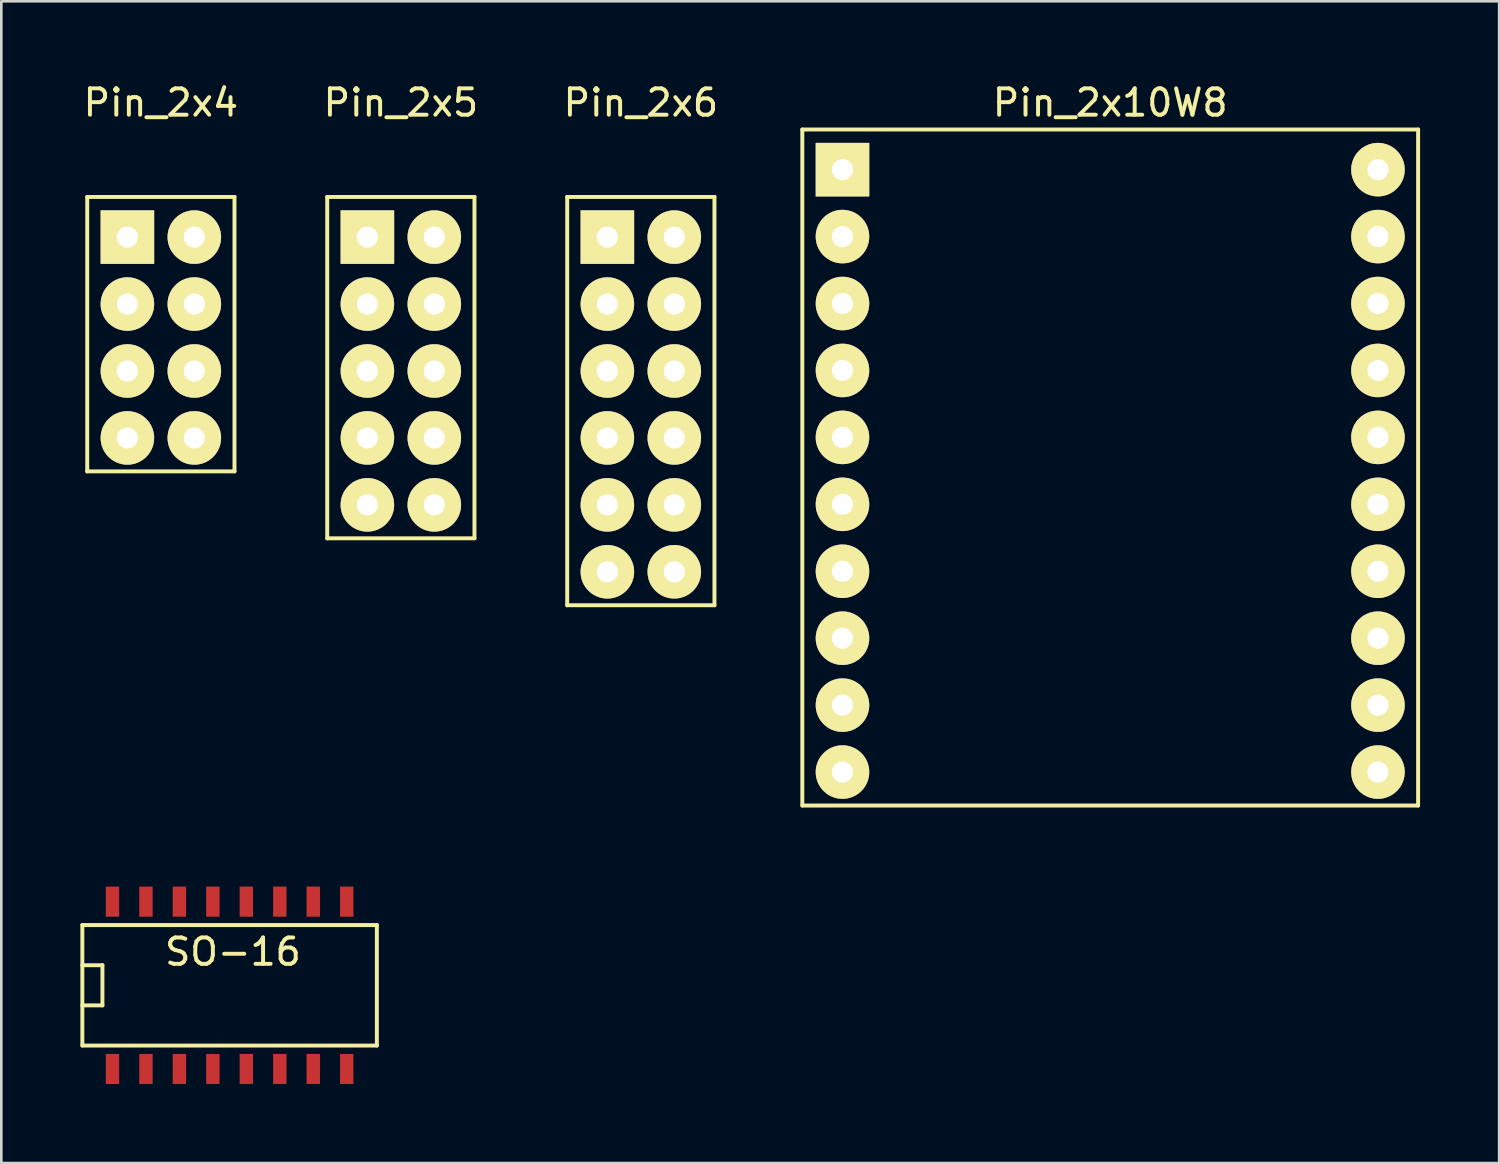
<source format=kicad_pcb>
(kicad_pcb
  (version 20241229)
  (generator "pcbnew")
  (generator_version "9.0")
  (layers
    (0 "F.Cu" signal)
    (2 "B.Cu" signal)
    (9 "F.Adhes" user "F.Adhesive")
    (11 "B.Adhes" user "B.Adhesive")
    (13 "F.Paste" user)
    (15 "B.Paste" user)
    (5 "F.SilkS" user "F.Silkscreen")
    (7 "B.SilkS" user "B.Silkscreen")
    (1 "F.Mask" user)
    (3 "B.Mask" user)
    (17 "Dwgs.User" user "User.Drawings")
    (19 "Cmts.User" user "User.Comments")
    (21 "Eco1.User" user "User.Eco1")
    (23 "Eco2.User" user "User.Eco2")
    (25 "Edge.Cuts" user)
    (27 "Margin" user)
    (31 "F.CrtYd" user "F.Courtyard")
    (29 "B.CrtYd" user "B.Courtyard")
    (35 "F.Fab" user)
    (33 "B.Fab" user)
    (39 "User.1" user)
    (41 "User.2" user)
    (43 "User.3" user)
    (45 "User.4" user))
  (footprint "Pin_2x5"
    (layer "F.Cu")
    (at 12.161 5.948)
    (property "Reference" "Pin_2x5" (at 0 -5.1 0) (layer "F.SilkS") (effects (font (size 1 1) (thickness 0.15))))
    (attr through_hole)
    (fp_line (start -2.794 11.43) (end -2.794 -1.524) (stroke (width 0.15) (type solid)) (layer "F.SilkS"))
    (fp_line (start 2.794 -1.524) (end -2.794 -1.524) (stroke (width 0.15) (type solid)) (layer "F.SilkS"))
    (fp_line (start 2.794 -1.524) (end 2.794 11.43) (stroke (width 0.15) (type solid)) (layer "F.SilkS"))
    (fp_line (start 2.794 11.43) (end -2.794 11.43) (stroke (width 0.15) (type solid)) (layer "F.SilkS"))
    (pad "1" thru_hole rect (at -1.27 0) (size 2.032 2.032) (drill 0.8) (layers "*.Cu" "*.Mask" "F.SilkS"))
    (pad "2" thru_hole circle (at 1.27 0) (size 2.032 2.032) (drill 0.8) (layers "*.Cu" "*.Mask" "F.SilkS"))
    (pad "3" thru_hole oval (at -1.27 2.54) (size 2.032 2.032) (drill 0.8) (layers "*.Cu" "*.Mask" "F.SilkS"))
    (pad "4" thru_hole oval (at 1.27 2.54) (size 2.032 2.032) (drill 0.8) (layers "*.Cu" "*.Mask" "F.SilkS"))
    (pad "5" thru_hole oval (at -1.27 5.08) (size 2.032 2.032) (drill 0.8) (layers "*.Cu" "*.Mask" "F.SilkS"))
    (pad "6" thru_hole oval (at 1.27 5.08) (size 2.032 2.032) (drill 0.8) (layers "*.Cu" "*.Mask" "F.SilkS"))
    (pad "7" thru_hole oval (at -1.27 7.62) (size 2.032 2.032) (drill 0.8) (layers "*.Cu" "*.Mask" "F.SilkS"))
    (pad "8" thru_hole oval (at 1.27 7.62) (size 2.032 2.032) (drill 0.8) (layers "*.Cu" "*.Mask" "F.SilkS"))
    (pad "9" thru_hole oval (at -1.27 10.16) (size 2.032 2.032) (drill 0.8) (layers "*.Cu" "*.Mask" "F.SilkS"))
    (pad "10" thru_hole oval (at 1.27 10.16) (size 2.032 2.032) (drill 0.8) (layers "*.Cu" "*.Mask" "F.SilkS")))
  (footprint "Pin_2x10W8"
    (layer "F.Cu")
    (at 39.08 14.818)
    (property "Reference" "Pin_2x10W8" (at 0 -13.97 0) (layer "F.SilkS") (effects (font (size 1 1) (thickness 0.15))))
    (attr through_hole)
    (fp_line (start -11.684 12.7) (end -11.684 -12.954) (stroke (width 0.15) (type solid)) (layer "F.SilkS"))
    (fp_line (start 11.684 -12.954) (end -11.684 -12.954) (stroke (width 0.15) (type solid)) (layer "F.SilkS"))
    (fp_line (start 11.684 -12.954) (end 11.684 12.7) (stroke (width 0.15) (type solid)) (layer "F.SilkS"))
    (fp_line (start 11.684 12.7) (end -11.684 12.7) (stroke (width 0.15) (type solid)) (layer "F.SilkS"))
    (pad "1" thru_hole rect (at -10.16 -11.43) (size 2.032 2.032) (drill 0.8) (layers "*.Cu" "*.Mask" "F.SilkS"))
    (pad "2" thru_hole oval (at -10.16 -8.89) (size 2.032 2.032) (drill 0.8) (layers "*.Cu" "*.Mask" "F.SilkS"))
    (pad "3" thru_hole oval (at -10.16 -6.35) (size 2.032 2.032) (drill 0.8) (layers "*.Cu" "*.Mask" "F.SilkS"))
    (pad "4" thru_hole oval (at -10.16 -3.81) (size 2.032 2.032) (drill 0.8) (layers "*.Cu" "*.Mask" "F.SilkS"))
    (pad "5" thru_hole oval (at -10.16 -1.27) (size 2.032 2.032) (drill 0.8) (layers "*.Cu" "*.Mask" "F.SilkS"))
    (pad "6" thru_hole oval (at -10.16 1.27) (size 2.032 2.032) (drill 0.8) (layers "*.Cu" "*.Mask" "F.SilkS"))
    (pad "7" thru_hole oval (at -10.16 3.81) (size 2.032 2.032) (drill 0.8) (layers "*.Cu" "*.Mask" "F.SilkS"))
    (pad "8" thru_hole oval (at -10.16 6.35) (size 2.032 2.032) (drill 0.8) (layers "*.Cu" "*.Mask" "F.SilkS"))
    (pad "9" thru_hole oval (at -10.16 8.89) (size 2.032 2.032) (drill 0.8) (layers "*.Cu" "*.Mask" "F.SilkS"))
    (pad "10" thru_hole oval (at -10.16 11.43) (size 2.032 2.032) (drill 0.8) (layers "*.Cu" "*.Mask" "F.SilkS"))
    (pad "11" thru_hole oval (at 10.16 11.43) (size 2.032 2.032) (drill 0.8) (layers "*.Cu" "*.Mask" "F.SilkS"))
    (pad "12" thru_hole oval (at 10.16 8.89) (size 2.032 2.032) (drill 0.8) (layers "*.Cu" "*.Mask" "F.SilkS"))
    (pad "13" thru_hole oval (at 10.16 6.35) (size 2.032 2.032) (drill 0.8) (layers "*.Cu" "*.Mask" "F.SilkS"))
    (pad "14" thru_hole oval (at 10.16 3.81) (size 2.032 2.032) (drill 0.8) (layers "*.Cu" "*.Mask" "F.SilkS"))
    (pad "15" thru_hole oval (at 10.16 1.27) (size 2.032 2.032) (drill 0.8) (layers "*.Cu" "*.Mask" "F.SilkS"))
    (pad "16" thru_hole oval (at 10.16 -1.27) (size 2.032 2.032) (drill 0.8) (layers "*.Cu" "*.Mask" "F.SilkS"))
    (pad "17" thru_hole oval (at 10.16 -3.81) (size 2.032 2.032) (drill 0.8) (layers "*.Cu" "*.Mask" "F.SilkS"))
    (pad "18" thru_hole oval (at 10.16 -6.35) (size 2.032 2.032) (drill 0.8) (layers "*.Cu" "*.Mask" "F.SilkS"))
    (pad "19" thru_hole oval (at 10.16 -8.89) (size 2.032 2.032) (drill 0.8) (layers "*.Cu" "*.Mask" "F.SilkS"))
    (pad "20" thru_hole circle (at 10.16 -11.43) (size 2.032 2.032) (drill 0.8) (layers "*.Cu" "*.Mask" "F.SilkS")))
  (footprint "Pin_2x4"
    (layer "F.Cu")
    (at 3.054 5.948)
    (property "Reference" "Pin_2x4" (at 0 -5.1 0) (layer "F.SilkS") (effects (font (size 1 1) (thickness 0.15))))
    (attr through_hole)
    (fp_line (start -2.794 8.89) (end -2.794 -1.524) (stroke (width 0.15) (type solid)) (layer "F.SilkS"))
    (fp_line (start 2.794 -1.524) (end -2.794 -1.524) (stroke (width 0.15) (type solid)) (layer "F.SilkS"))
    (fp_line (start 2.794 -1.524) (end 2.794 8.89) (stroke (width 0.15) (type solid)) (layer "F.SilkS"))
    (fp_line (start 2.794 8.89) (end -2.794 8.89) (stroke (width 0.15) (type solid)) (layer "F.SilkS"))
    (pad "1" thru_hole rect (at -1.27 0) (size 2.032 2.032) (drill 0.8) (layers "*.Cu" "*.Mask" "F.SilkS"))
    (pad "2" thru_hole circle (at 1.27 0) (size 2.032 2.032) (drill 0.8) (layers "*.Cu" "*.Mask" "F.SilkS"))
    (pad "3" thru_hole oval (at -1.27 2.54) (size 2.032 2.032) (drill 0.8) (layers "*.Cu" "*.Mask" "F.SilkS"))
    (pad "4" thru_hole oval (at 1.27 2.54) (size 2.032 2.032) (drill 0.8) (layers "*.Cu" "*.Mask" "F.SilkS"))
    (pad "5" thru_hole oval (at -1.27 5.08) (size 2.032 2.032) (drill 0.8) (layers "*.Cu" "*.Mask" "F.SilkS"))
    (pad "6" thru_hole oval (at 1.27 5.08) (size 2.032 2.032) (drill 0.8) (layers "*.Cu" "*.Mask" "F.SilkS"))
    (pad "7" thru_hole oval (at -1.27 7.62) (size 2.032 2.032) (drill 0.8) (layers "*.Cu" "*.Mask" "F.SilkS"))
    (pad "8" thru_hole oval (at 1.27 7.62) (size 2.032 2.032) (drill 0.8) (layers "*.Cu" "*.Mask" "F.SilkS")))
  (footprint "Pin_2x6"
    (layer "F.Cu")
    (at 21.268 5.948)
    (property "Reference" "Pin_2x6" (at 0 -5.1 0) (layer "F.SilkS") (effects (font (size 1 1) (thickness 0.15))))
    (attr through_hole)
    (fp_line (start -2.794 13.97) (end -2.794 -1.524) (stroke (width 0.15) (type solid)) (layer "F.SilkS"))
    (fp_line (start 2.794 -1.524) (end -2.794 -1.524) (stroke (width 0.15) (type solid)) (layer "F.SilkS"))
    (fp_line (start 2.794 -1.524) (end 2.794 13.97) (stroke (width 0.15) (type solid)) (layer "F.SilkS"))
    (fp_line (start 2.794 13.97) (end -2.794 13.97) (stroke (width 0.15) (type solid)) (layer "F.SilkS"))
    (pad "1" thru_hole rect (at -1.27 0) (size 2.032 2.032) (drill 0.8) (layers "*.Cu" "*.Mask" "F.SilkS"))
    (pad "2" thru_hole circle (at 1.27 0) (size 2.032 2.032) (drill 0.8) (layers "*.Cu" "*.Mask" "F.SilkS"))
    (pad "3" thru_hole oval (at -1.27 2.54) (size 2.032 2.032) (drill 0.8) (layers "*.Cu" "*.Mask" "F.SilkS"))
    (pad "4" thru_hole oval (at 1.27 2.54) (size 2.032 2.032) (drill 0.8) (layers "*.Cu" "*.Mask" "F.SilkS"))
    (pad "5" thru_hole oval (at -1.27 5.08) (size 2.032 2.032) (drill 0.8) (layers "*.Cu" "*.Mask" "F.SilkS"))
    (pad "6" thru_hole oval (at 1.27 5.08) (size 2.032 2.032) (drill 0.8) (layers "*.Cu" "*.Mask" "F.SilkS"))
    (pad "7" thru_hole oval (at -1.27 7.62) (size 2.032 2.032) (drill 0.8) (layers "*.Cu" "*.Mask" "F.SilkS"))
    (pad "8" thru_hole oval (at 1.27 7.62) (size 2.032 2.032) (drill 0.8) (layers "*.Cu" "*.Mask" "F.SilkS"))
    (pad "9" thru_hole oval (at -1.27 10.16) (size 2.032 2.032) (drill 0.8) (layers "*.Cu" "*.Mask" "F.SilkS"))
    (pad "10" thru_hole oval (at 1.27 10.16) (size 2.032 2.032) (drill 0.8) (layers "*.Cu" "*.Mask" "F.SilkS"))
    (pad "11" thru_hole oval (at -1.27 12.7) (size 2.032 2.032) (drill 0.8) (layers "*.Cu" "*.Mask" "F.SilkS"))
    (pad "12" thru_hole oval (at 1.27 12.7) (size 2.032 2.032) (drill 0.8) (layers "*.Cu" "*.Mask" "F.SilkS")))
  (footprint "SO-16"
    (layer "F.Cu")
    (at 5.663 34.34)
    (property "Reference" "SO-16" (at 0.127 -1.27 0) (layer "F.SilkS") (effects (font (size 1 1) (thickness 0.15))))
    (attr smd)
    (fp_line (start -5.588 -2.286) (end 5.588 -2.286) (stroke (width 0.15) (type solid)) (layer "F.SilkS"))
    (fp_line (start -5.588 -0.762) (end -4.826 -0.762) (stroke (width 0.15) (type solid)) (layer "F.SilkS"))
    (fp_line (start -5.588 2.286) (end -5.588 -2.286) (stroke (width 0.15) (type solid)) (layer "F.SilkS"))
    (fp_line (start -4.826 -0.762) (end -4.826 0.762) (stroke (width 0.15) (type solid)) (layer "F.SilkS"))
    (fp_line (start -4.826 0.762) (end -5.588 0.762) (stroke (width 0.15) (type solid)) (layer "F.SilkS"))
    (fp_line (start 5.588 -2.286) (end 5.588 2.286) (stroke (width 0.15) (type solid)) (layer "F.SilkS"))
    (fp_line (start 5.588 2.286) (end -5.588 2.286) (stroke (width 0.15) (type solid)) (layer "F.SilkS"))
    (pad "1" smd rect (at -4.445 3.175) (size 0.508 1.143) (layers "F.Cu" "F.Mask" "F.Paste"))
    (pad "2" smd rect (at -3.175 3.175) (size 0.508 1.143) (layers "F.Cu" "F.Mask" "F.Paste"))
    (pad "3" smd rect (at -1.905 3.175) (size 0.508 1.143) (layers "F.Cu" "F.Mask" "F.Paste"))
    (pad "4" smd rect (at -0.635 3.175) (size 0.508 1.143) (layers "F.Cu" "F.Mask" "F.Paste"))
    (pad "5" smd rect (at 0.635 3.175) (size 0.508 1.143) (layers "F.Cu" "F.Mask" "F.Paste"))
    (pad "6" smd rect (at 1.905 3.175) (size 0.508 1.143) (layers "F.Cu" "F.Mask" "F.Paste"))
    (pad "7" smd rect (at 3.175 3.175) (size 0.508 1.143) (layers "F.Cu" "F.Mask" "F.Paste"))
    (pad "8" smd rect (at 4.445 3.175) (size 0.508 1.143) (layers "F.Cu" "F.Mask" "F.Paste"))
    (pad "9" smd rect (at 4.445 -3.175) (size 0.508 1.143) (layers "F.Cu" "F.Mask" "F.Paste"))
    (pad "10" smd rect (at 3.175 -3.175) (size 0.508 1.143) (layers "F.Cu" "F.Mask" "F.Paste"))
    (pad "11" smd rect (at 1.905 -3.175) (size 0.508 1.143) (layers "F.Cu" "F.Mask" "F.Paste"))
    (pad "12" smd rect (at 0.635 -3.175) (size 0.508 1.143) (layers "F.Cu" "F.Mask" "F.Paste"))
    (pad "13" smd rect (at -0.635 -3.175) (size 0.508 1.143) (layers "F.Cu" "F.Mask" "F.Paste"))
    (pad "14" smd rect (at -1.905 -3.175) (size 0.508 1.143) (layers "F.Cu" "F.Mask" "F.Paste"))
    (pad "15" smd rect (at -3.175 -3.175) (size 0.508 1.143) (layers "F.Cu" "F.Mask" "F.Paste"))
    (pad "16" smd rect (at -4.445 -3.175) (size 0.508 1.143) (layers "F.Cu" "F.Mask" "F.Paste")))
  (gr_rect
    (start -3 -3)
    (end 53.839 41.086)
    (stroke (width 0.1) (type default))
    (fill no)
    (layer "Edge.Cuts")))
</source>
